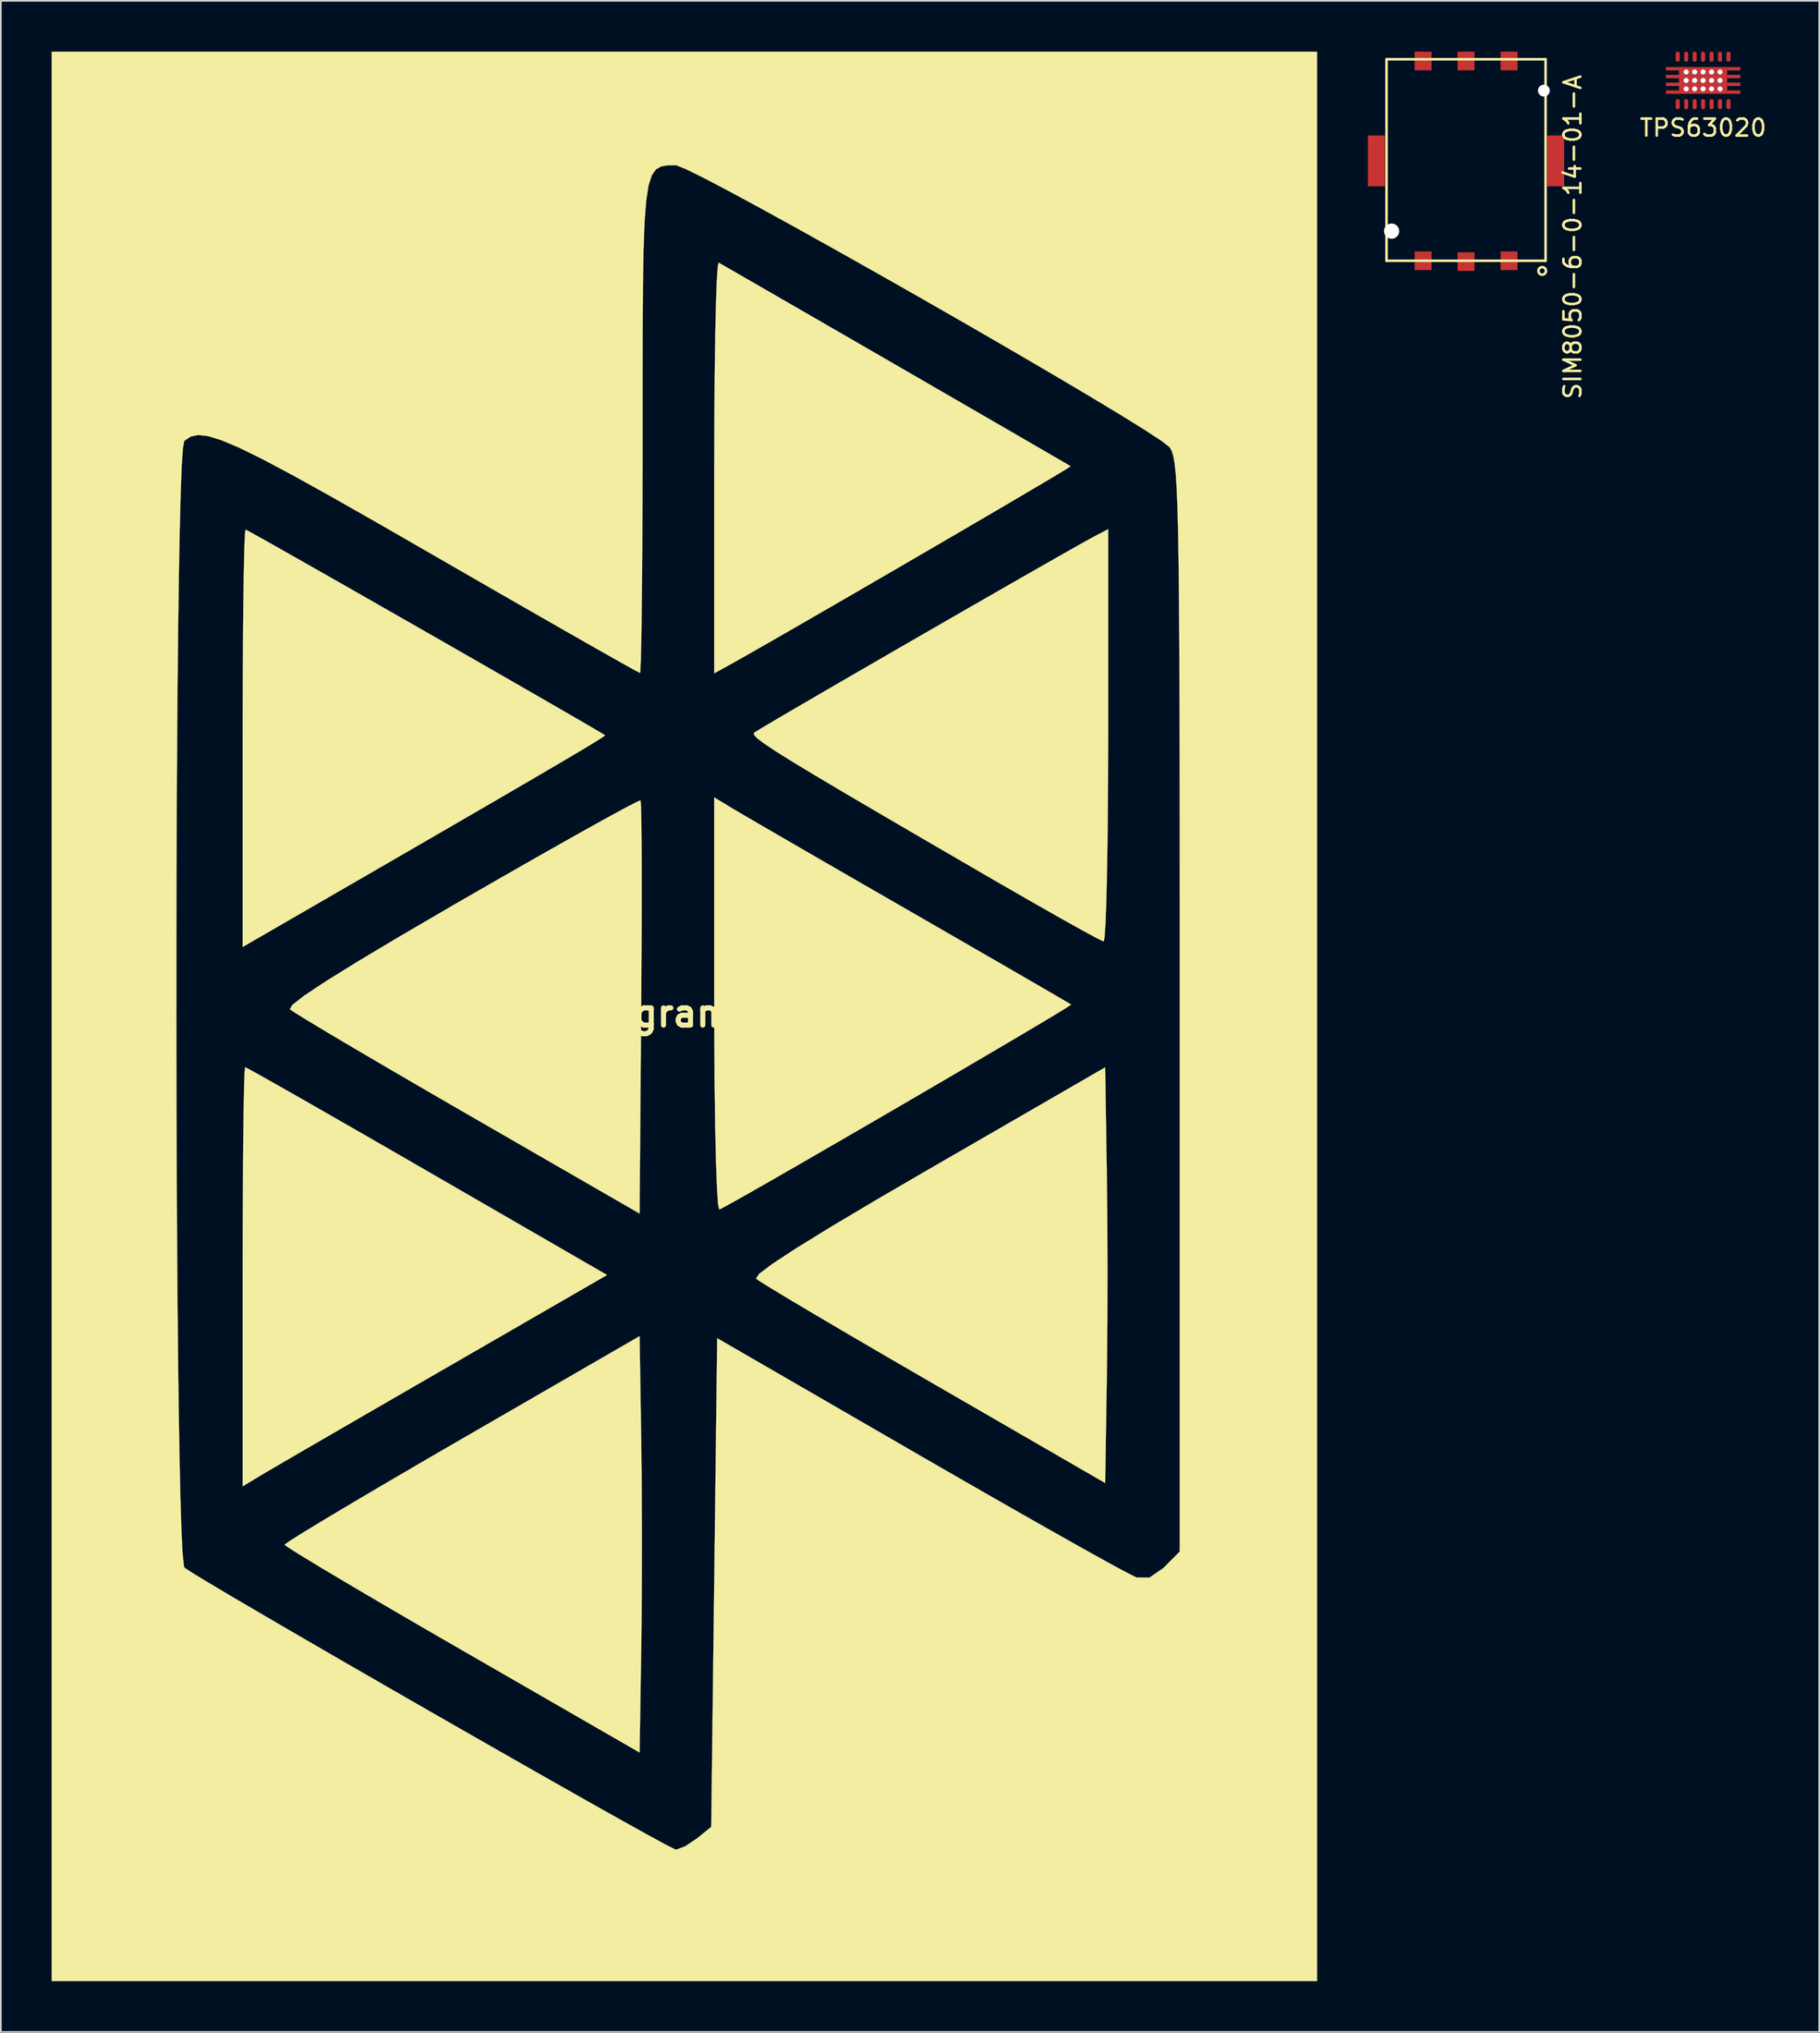
<source format=kicad_pcb>
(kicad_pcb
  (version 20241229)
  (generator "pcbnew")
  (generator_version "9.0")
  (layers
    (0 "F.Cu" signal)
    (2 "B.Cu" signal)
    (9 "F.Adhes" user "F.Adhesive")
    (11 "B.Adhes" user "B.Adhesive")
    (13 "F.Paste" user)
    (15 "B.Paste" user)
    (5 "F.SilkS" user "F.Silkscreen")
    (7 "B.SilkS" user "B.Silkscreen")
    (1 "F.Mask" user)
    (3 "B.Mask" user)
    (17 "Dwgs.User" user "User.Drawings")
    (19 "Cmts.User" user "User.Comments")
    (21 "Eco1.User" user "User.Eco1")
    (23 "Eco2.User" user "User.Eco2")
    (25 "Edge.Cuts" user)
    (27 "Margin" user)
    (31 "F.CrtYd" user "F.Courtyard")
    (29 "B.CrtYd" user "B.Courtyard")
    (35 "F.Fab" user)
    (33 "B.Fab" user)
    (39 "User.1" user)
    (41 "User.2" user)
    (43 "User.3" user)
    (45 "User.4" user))
  (footprint "SIM8050-6-0-14-01-A"
    (layer "F.Cu")
    (at 83.599 6.45)
    (property "Reference" "SIM8050-6-0-14-01-A" (at 6.3 4.5 90) (layer "F.SilkS") (effects (font (size 1 1) (thickness 0.15))))
    (attr through_hole)
    (fp_line (start -4.7 -6) (end 4.7 -6) (stroke (width 0.15) (type solid)) (layer "F.SilkS"))
    (fp_line (start -4.7 5.9) (end -4.7 -6) (stroke (width 0.15) (type solid)) (layer "F.SilkS"))
    (fp_line (start 4.7 -6) (end 4.7 5.9) (stroke (width 0.15) (type solid)) (layer "F.SilkS"))
    (fp_line (start 4.7 5.9) (end -4.7 5.9) (stroke (width 0.15) (type solid)) (layer "F.SilkS"))
    (fp_circle (center 4.5 6.5) (end 4.7 6.6) (stroke (width 0.15) (type solid)) (fill no) (layer "F.SilkS"))
    (pad "" np_thru_hole circle (at -4.4 4.15) (size 0.9 0.9) (drill 0.9) (layers "*.Cu" "*.Mask"))
    (pad "" smd rect (at -2.54 -4.15) (size 1.2 1) (layers "Eco1.User"))
    (pad "" smd rect (at -2.54 3.45) (size 1.2 1) (layers "Eco1.User"))
    (pad "" smd rect (at 0 -4.15) (size 1.2 1) (layers "Eco1.User"))
    (pad "" smd rect (at 0 0) (size 7.15 5.4) (layers "Eco1.User"))
    (pad "" smd rect (at 0 3.45) (size 1.2 1) (layers "Eco1.User"))
    (pad "" smd rect (at 2.54 -4.15) (size 1.2 1) (layers "Eco1.User"))
    (pad "" smd rect (at 2.54 3.45) (size 1.2 1) (layers "Eco1.User"))
    (pad "" np_thru_hole circle (at 4.6 -4.15) (size 0.7 0.7) (drill 0.7) (layers "*.Cu" "*.Mask"))
    (pad "1" smd rect (at 2.54 5.9) (size 1 1.1) (layers "F.Cu" "F.Mask" "F.Paste"))
    (pad "2" smd rect (at 0 5.95) (size 1 1.1) (layers "F.Cu" "F.Mask" "F.Paste"))
    (pad "3" smd rect (at -2.54 5.9) (size 1 1.1) (layers "F.Cu" "F.Mask" "F.Paste"))
    (pad "4" smd rect (at 5.3 0) (size 1 3) (layers "F.Cu" "F.Mask" "F.Paste"))
    (pad "5" smd rect (at 2.54 -5.9) (size 1 1.1) (layers "F.Cu" "F.Mask" "F.Paste"))
    (pad "6" smd rect (at 0 -5.9) (size 1 1.1) (layers "F.Cu" "F.Mask" "F.Paste"))
    (pad "7" smd rect (at -2.54 -5.9) (size 1 1.1) (layers "F.Cu" "F.Mask" "F.Paste"))
    (pad "8" smd rect (at -5.3 0) (size 1 3) (layers "F.Cu" "F.Mask" "F.Paste")))
  (footprint "HologramLogo"
    (layer "F.Cu")
    (at 37.399 56.802)
    (property "Reference" "HologramLogo" (at 0 0 0) (layer "F.SilkS") (effects (font (size 1.524 1.524) (thickness 0.3))))
    (attr through_hole)
    (fp_poly (pts (xy 24.967 9.353) (xy 24.996 12.017) (xy 25.007 15.05) (xy 25.001 18.124) (xy 24.977 20.914) (xy 24.967 21.628) (xy 24.871 27.734) (xy 14.728 21.875) (xy 12.287 20.46) (xy 10.036 19.148) (xy 8.05 17.981) (xy 6.402 17.004) (xy 5.168 16.26) (xy 4.421 15.795) (xy 4.232 15.662) (xy 4.42 15.38) (xy 5.226 14.774) (xy 6.65 13.843) (xy 8.694 12.585) (xy 11.36 11) (xy 14.375 9.246) (xy 24.871 3.184) (xy 24.967 9.353)) (stroke (width 0.01) (type solid)) (fill yes) (layer "F.SilkS"))
    (fp_poly (pts (xy -2.549 25.228) (xy -2.521 27.895) (xy -2.51 30.933) (xy -2.516 34.014) (xy -2.539 36.812) (xy -2.549 37.524) (xy -2.646 43.651) (xy -13.134 37.612) (xy -15.6 36.187) (xy -17.859 34.871) (xy -19.843 33.704) (xy -21.481 32.73) (xy -22.703 31.989) (xy -23.438 31.524) (xy -23.629 31.378) (xy -23.336 31.162) (xy -22.501 30.636) (xy -21.194 29.844) (xy -19.485 28.825) (xy -17.443 27.623) (xy -15.138 26.277) (xy -13.141 25.12) (xy -2.646 19.059) (xy -2.549 25.228)) (stroke (width 0.01) (type solid)) (fill yes) (layer "F.SilkS"))
    (fp_poly (pts (xy -25.633 3.345) (xy -24.765 3.829) (xy -23.427 4.586) (xy -21.691 5.576) (xy -19.626 6.759) (xy -17.303 8.095) (xy -15.194 9.312) (xy -4.57 15.448) (xy -14.191 20.998) (xy -16.613 22.396) (xy -18.885 23.709) (xy -20.922 24.889) (xy -22.64 25.884) (xy -23.953 26.648) (xy -24.776 27.129) (xy -24.959 27.238) (xy -26.106 27.927) (xy -26.106 15.551) (xy -26.102 12.675) (xy -26.09 10.036) (xy -26.073 7.714) (xy -26.05 5.787) (xy -26.022 4.336) (xy -25.991 3.44) (xy -25.961 3.175) (xy -25.633 3.345)) (stroke (width 0.01) (type solid)) (fill yes) (layer "F.SilkS"))
    (fp_poly (pts (xy -2.561 -12.214) (xy -2.541 -11.22) (xy -2.528 -9.683) (xy -2.523 -7.686) (xy -2.526 -5.31) (xy -2.538 -2.637) (xy -2.553 -0.317) (xy -2.646 11.821) (xy -12.802 5.968) (xy -15.245 4.555) (xy -17.499 3.243) (xy -19.489 2.076) (xy -21.14 1.099) (xy -22.378 0.355) (xy -23.127 -0.112) (xy -23.319 -0.247) (xy -23.165 -0.509) (xy -22.455 -1.06) (xy -21.176 -1.908) (xy -19.314 -3.062) (xy -16.858 -4.529) (xy -13.793 -6.318) (xy -13.199 -6.661) (xy -10.733 -8.079) (xy -8.466 -9.372) (xy -6.468 -10.5) (xy -4.812 -11.423) (xy -3.567 -12.103) (xy -2.804 -12.498) (xy -2.589 -12.584) (xy -2.561 -12.214)) (stroke (width 0.01) (type solid)) (fill yes) (layer "F.SilkS"))
    (fp_poly (pts (xy -25.619 -28.407) (xy -24.775 -27.937) (xy -23.491 -27.212) (xy -21.851 -26.282) (xy -19.941 -25.196) (xy -17.848 -24.002) (xy -15.655 -22.75) (xy -13.449 -21.488) (xy -11.315 -20.265) (xy -9.339 -19.13) (xy -7.606 -18.131) (xy -6.201 -17.319) (xy -5.21 -16.741) (xy -4.718 -16.446) (xy -4.689 -16.427) (xy -4.806 -16.329) (xy -5.234 -16.057) (xy -6.01 -15.587) (xy -7.173 -14.899) (xy -8.76 -13.969) (xy -10.81 -12.775) (xy -13.36 -11.295) (xy -16.448 -9.507) (xy -19.844 -7.544) (xy -26.106 -3.925) (xy -26.106 -16.25) (xy -26.101 -19.12) (xy -26.088 -21.752) (xy -26.067 -24.068) (xy -26.04 -25.988) (xy -26.007 -27.431) (xy -25.971 -28.318) (xy -25.936 -28.575) (xy -25.619 -28.407)) (stroke (width 0.01) (type solid)) (fill yes) (layer "F.SilkS"))
    (fp_poly (pts (xy 3.584 -43.444) (xy 5.444 -42.372) (xy 7.529 -41.17) (xy 9.755 -39.885) (xy 12.04 -38.565) (xy 14.303 -37.257) (xy 16.461 -36.009) (xy 18.433 -34.868) (xy 20.137 -33.882) (xy 21.49 -33.097) (xy 22.411 -32.562) (xy 22.817 -32.323) (xy 22.829 -32.315) (xy 22.552 -32.134) (xy 21.748 -31.651) (xy 20.505 -30.915) (xy 18.906 -29.975) (xy 17.038 -28.882) (xy 14.985 -27.685) (xy 12.834 -26.433) (xy 10.67 -25.177) (xy 8.578 -23.966) (xy 6.643 -22.85) (xy 4.951 -21.878) (xy 3.587 -21.101) (xy 2.638 -20.567) (xy 2.585 -20.538) (xy 1.764 -20.086) (xy 1.764 -32.289) (xy 1.771 -35.135) (xy 1.792 -37.738) (xy 1.825 -40.017) (xy 1.867 -41.895) (xy 1.918 -43.291) (xy 1.976 -44.128) (xy 2.028 -44.34) (xy 3.584 -43.444)) (stroke (width 0.01) (type solid)) (fill yes) (layer "F.SilkS"))
    (fp_poly (pts (xy 2.91 -12.066) (xy 3.5 -11.718) (xy 4.615 -11.069) (xy 6.169 -10.169) (xy 8.074 -9.067) (xy 10.244 -7.814) (xy 12.592 -6.461) (xy 13.406 -5.993) (xy 15.733 -4.652) (xy 17.855 -3.428) (xy 19.698 -2.364) (xy 21.186 -1.502) (xy 22.243 -0.888) (xy 22.796 -0.563) (xy 22.859 -0.524) (xy 22.588 -0.339) (xy 21.79 0.148) (xy 20.55 0.887) (xy 18.954 1.831) (xy 17.087 2.928) (xy 15.033 4.131) (xy 12.877 5.388) (xy 10.704 6.651) (xy 8.6 7.869) (xy 6.65 8.995) (xy 4.938 9.978) (xy 3.549 10.768) (xy 2.568 11.317) (xy 2.081 11.575) (xy 2.062 11.583) (xy 1.992 11.272) (xy 1.929 10.334) (xy 1.872 8.849) (xy 1.826 6.897) (xy 1.791 4.555) (xy 1.77 1.904) (xy 1.764 -0.529) (xy 1.764 -12.758) (xy 2.91 -12.066)) (stroke (width 0.01) (type solid)) (fill yes) (layer "F.SilkS"))
    (fp_poly (pts (xy 25.047 -16.417) (xy 25.04 -13.565) (xy 25.019 -10.952) (xy 24.986 -8.656) (xy 24.943 -6.759) (xy 24.892 -5.341) (xy 24.834 -4.481) (xy 24.783 -4.25) (xy 24.413 -4.424) (xy 23.526 -4.903) (xy 22.213 -5.636) (xy 20.565 -6.572) (xy 18.674 -7.658) (xy 17.815 -8.156) (xy 14.497 -10.083) (xy 11.742 -11.689) (xy 9.502 -13.003) (xy 7.726 -14.056) (xy 6.367 -14.877) (xy 5.376 -15.497) (xy 4.703 -15.946) (xy 4.3 -16.253) (xy 4.119 -16.449) (xy 4.11 -16.563) (xy 4.125 -16.579) (xy 4.479 -16.801) (xy 5.357 -17.321) (xy 6.669 -18.09) (xy 8.327 -19.055) (xy 10.242 -20.165) (xy 12.325 -21.369) (xy 14.486 -22.616) (xy 16.638 -23.854) (xy 18.69 -25.032) (xy 20.555 -26.099) (xy 22.143 -27.004) (xy 23.365 -27.695) (xy 24.133 -28.12) (xy 24.253 -28.185) (xy 25.047 -28.6) (xy 25.047 -16.417)) (stroke (width 0.01) (type solid)) (fill yes) (layer "F.SilkS"))
    (fp_poly (pts (xy 37.394 57.15) (xy -37.394 57.15) (xy -37.394 0.593) (xy -30.026 0.593) (xy -30.019 4.785) (xy -30.006 8.901) (xy -29.986 12.881) (xy -29.96 16.665) (xy -29.926 20.193) (xy -29.886 23.405) (xy -29.839 26.24) (xy -29.785 28.64) (xy -29.725 30.543) (xy -29.657 31.889) (xy -29.583 32.619) (xy -29.545 32.734) (xy -29.094 33.032) (xy -28.118 33.625) (xy -26.69 34.473) (xy -24.884 35.531) (xy -22.775 36.759) (xy -20.435 38.114) (xy -17.938 39.554) (xy -15.358 41.037) (xy -12.769 42.519) (xy -10.244 43.96) (xy -7.857 45.317) (xy -5.682 46.547) (xy -3.792 47.609) (xy -2.26 48.46) (xy -1.162 49.057) (xy -0.569 49.36) (xy -0.49 49.389) (xy 0.06 49.183) (xy 0.755 48.715) (xy 1.587 48.041) (xy 1.94 19.181) (xy 13.949 26.124) (xy 16.626 27.666) (xy 19.134 29.102) (xy 21.403 30.391) (xy 23.362 31.495) (xy 24.94 32.372) (xy 26.067 32.983) (xy 26.672 33.289) (xy 26.732 33.312) (xy 27.488 33.319) (xy 28.289 32.771) (xy 28.393 32.67) (xy 29.281 31.782) (xy 29.281 -0.474) (xy 29.28 -5.989) (xy 29.278 -10.843) (xy 29.272 -15.077) (xy 29.264 -18.736) (xy 29.251 -21.862) (xy 29.234 -24.5) (xy 29.21 -26.692) (xy 29.18 -28.482) (xy 29.142 -29.913) (xy 29.096 -31.028) (xy 29.041 -31.871) (xy 28.976 -32.485) (xy 28.9 -32.914) (xy 28.813 -33.2) (xy 28.714 -33.387) (xy 28.663 -33.453) (xy 28.198 -33.816) (xy 27.2 -34.469) (xy 25.745 -35.371) (xy 23.907 -36.478) (xy 21.763 -37.747) (xy 19.388 -39.135) (xy 16.857 -40.599) (xy 14.246 -42.096) (xy 11.63 -43.583) (xy 9.084 -45.016) (xy 6.684 -46.354) (xy 4.506 -47.552) (xy 2.625 -48.568) (xy 1.116 -49.359) (xy 0.054 -49.881) (xy -0.484 -50.092) (xy -0.509 -50.094) (xy -0.978 -50.088) (xy -1.365 -50.027) (xy -1.678 -49.85) (xy -1.926 -49.496) (xy -2.116 -48.904) (xy -2.255 -48.012) (xy -2.352 -46.759) (xy -2.414 -45.084) (xy -2.449 -42.925) (xy -2.465 -40.22) (xy -2.469 -36.909) (xy -2.469 -34.547) (xy -2.473 -31.433) (xy -2.483 -28.549) (xy -2.499 -25.97) (xy -2.521 -23.769) (xy -2.546 -22.02) (xy -2.576 -20.797) (xy -2.608 -20.174) (xy -2.622 -20.108) (xy -2.951 -20.279) (xy -3.824 -20.765) (xy -5.177 -21.53) (xy -6.944 -22.536) (xy -9.059 -23.746) (xy -11.456 -25.121) (xy -14.069 -26.626) (xy -15.002 -27.164) (xy -18.249 -29.031) (xy -20.946 -30.563) (xy -23.15 -31.786) (xy -24.917 -32.725) (xy -26.304 -33.407) (xy -27.367 -33.856) (xy -28.162 -34.099) (xy -28.747 -34.161) (xy -29.177 -34.069) (xy -29.51 -33.847) (xy -29.563 -33.796) (xy -29.64 -33.374) (xy -29.71 -32.307) (xy -29.772 -30.655) (xy -29.828 -28.48) (xy -29.877 -25.84) (xy -29.919 -22.797) (xy -29.954 -19.409) (xy -29.982 -15.736) (xy -30.004 -11.84) (xy -30.018 -7.78) (xy -30.025 -3.616) (xy -30.026 0.593) (xy -37.394 0.593) (xy -37.394 -56.797) (xy 37.394 -56.797) (xy 37.394 57.15)) (stroke (width 0.01) (type solid)) (fill yes) (layer "F.SilkS")))
  (footprint "TPS63020"
    (layer "F.Cu")
    (at 97.61 1.7)
    (property "Reference" "TPS63020" (at 0 2.8 0) (layer "F.SilkS") (effects (font (size 1 1) (thickness 0.15))))
    (attr through_hole)
    (pad "" smd rect (at -1.812 -0.69) (size 0.775 0.2) (layers "F.Cu" "F.Mask" "F.Paste"))
    (pad "" smd rect (at -1.812 -0.23) (size 0.775 0.2) (layers "F.Cu" "F.Mask" "F.Paste"))
    (pad "" smd rect (at -1.812 0.23) (size 0.775 0.2) (layers "F.Cu" "F.Mask" "F.Paste"))
    (pad "" smd rect (at -1.812 0.69) (size 0.775 0.2) (layers "F.Cu" "F.Mask" "F.Paste"))
    (pad "" thru_hole circle (at -1 -0.5) (size 0.3 0.3) (drill 0.3) (layers "*.Cu"))
    (pad "" thru_hole circle (at -1 0) (size 0.3 0.3) (drill 0.3) (layers "*.Cu"))
    (pad "" thru_hole circle (at -1 0.5) (size 0.3 0.3) (drill 0.3) (layers "*.Cu"))
    (pad "" thru_hole circle (at -0.5 -0.5) (size 0.3 0.3) (drill 0.3) (layers "*.Cu"))
    (pad "" thru_hole circle (at -0.5 0) (size 0.3 0.3) (drill 0.3) (layers "*.Cu"))
    (pad "" thru_hole circle (at -0.5 0.5) (size 0.3 0.3) (drill 0.3) (layers "*.Cu"))
    (pad "" thru_hole circle (at 0 -0.5) (size 0.3 0.3) (drill 0.3) (layers "*.Cu"))
    (pad "" thru_hole circle (at 0 0) (size 0.3 0.3) (drill 0.3) (layers "*.Cu"))
    (pad "" thru_hole circle (at 0 0.5) (size 0.3 0.3) (drill 0.3) (layers "*.Cu"))
    (pad "" thru_hole circle (at 0.5 -0.5) (size 0.3 0.3) (drill 0.3) (layers "*.Cu"))
    (pad "" thru_hole circle (at 0.5 0) (size 0.3 0.3) (drill 0.3) (layers "*.Cu"))
    (pad "" thru_hole circle (at 0.5 0.5) (size 0.3 0.3) (drill 0.3) (layers "*.Cu"))
    (pad "" thru_hole circle (at 1 -0.5) (size 0.3 0.3) (drill 0.3) (layers "*.Cu"))
    (pad "" thru_hole circle (at 1 0) (size 0.3 0.3) (drill 0.3) (layers "*.Cu"))
    (pad "" thru_hole circle (at 1 0.5) (size 0.3 0.3) (drill 0.3) (layers "*.Cu"))
    (pad "" smd rect (at 1.812 -0.69) (size 0.775 0.2) (layers "F.Cu" "F.Mask" "F.Paste"))
    (pad "" smd rect (at 1.812 -0.23) (size 0.775 0.2) (layers "F.Cu" "F.Mask" "F.Paste"))
    (pad "" smd rect (at 1.812 0.23) (size 0.775 0.2) (layers "F.Cu" "F.Mask" "F.Paste"))
    (pad "" smd rect (at 1.812 0.69) (size 0.775 0.2) (layers "F.Cu" "F.Mask" "F.Paste"))
    (pad "1" smd oval (at -1.5 1.4) (size 0.24 0.6) (layers "F.Cu" "F.Mask" "F.Paste"))
    (pad "2" smd oval (at -1 1.4) (size 0.24 0.6) (layers "F.Cu" "F.Mask" "F.Paste"))
    (pad "3" smd oval (at -0.5 1.4) (size 0.24 0.6) (layers "F.Cu" "F.Mask" "F.Paste"))
    (pad "4" smd oval (at 0 1.4) (size 0.24 0.6) (layers "F.Cu" "F.Mask" "F.Paste"))
    (pad "5" smd oval (at 0.5 1.4) (size 0.24 0.6) (layers "F.Cu" "F.Mask" "F.Paste"))
    (pad "6" smd oval (at 1 1.4) (size 0.24 0.6) (layers "F.Cu" "F.Mask" "F.Paste"))
    (pad "7" smd oval (at 1.5 1.4) (size 0.24 0.6) (layers "F.Cu" "F.Mask" "F.Paste"))
    (pad "8" smd oval (at 1.5 -1.4) (size 0.24 0.6) (layers "F.Cu" "F.Mask" "F.Paste"))
    (pad "9" smd oval (at 1 -1.4) (size 0.24 0.6) (layers "F.Cu" "F.Mask" "F.Paste"))
    (pad "10" smd oval (at 0.5 -1.4) (size 0.24 0.6) (layers "F.Cu" "F.Mask" "F.Paste"))
    (pad "11" smd oval (at 0 -1.4) (size 0.24 0.6) (layers "F.Cu" "F.Mask" "F.Paste"))
    (pad "12" smd oval (at -0.5 -1.4) (size 0.24 0.6) (layers "F.Cu" "F.Mask" "F.Paste"))
    (pad "13" smd oval (at -1 -1.4) (size 0.24 0.6) (layers "F.Cu" "F.Mask" "F.Paste"))
    (pad "14" smd oval (at -1.5 -1.4) (size 0.24 0.6) (layers "F.Cu" "F.Mask" "F.Paste"))
    (pad "15" smd rect (at 0 0) (size 2.85 1.58) (layers "F.Cu" "F.Mask" "F.Paste")))
  (gr_rect
    (start -3 -3)
    (end 104.473 116.957)
    (stroke (width 0.1) (type default))
    (fill no)
    (layer "Edge.Cuts")))
</source>
